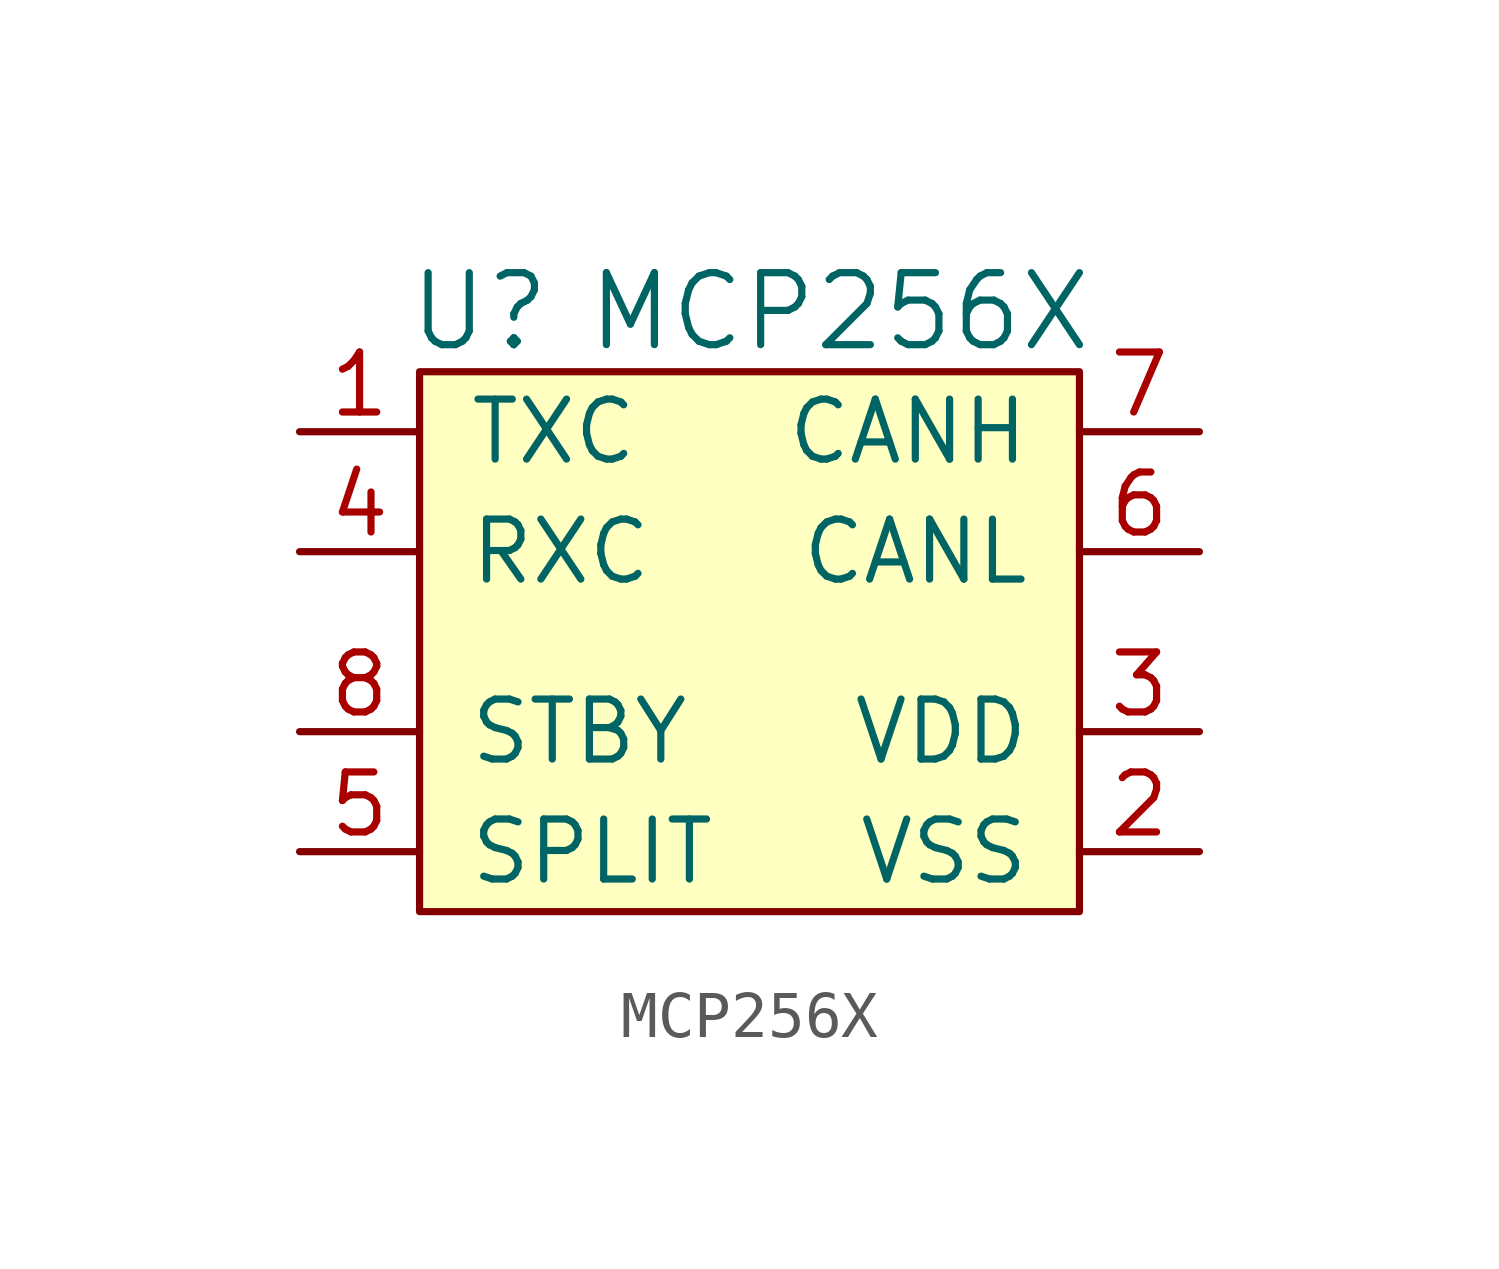
<source format=kicad_sym>
(kicad_symbol_lib
  (version 20211014)
  (generator kicad_symbol_editor)
  (symbol "MCP256X"
    (pin_names
      (offset 1.016))
    (property "Reference" "U"
      (at -6.35 6.35 0)
      (effects (font (size 1.524 1.524))))
    (property "Value" "MCP256X"
      (at 1.27 6.35 0)
      (effects (font (size 1.524 1.524))))
    (property "Footprint" ""
      (at 0 -3.81 0)
      (effects (font (size 1.524 1.524))))
    (property "Datasheet" ""
      (at 0 -3.81 0)
      (effects (font (size 1.524 1.524))))
    (symbol "MCP256X_0_1"
      (rectangle (start -7.62 5.08) (end 6.35 -6.35) (stroke (width 0) (type default) (color 0 0 0 0)) (fill (type background))))
    (symbol "MCP256X_1_1"
      (pin input line (at -10.16 3.81 0) (length 2.54) (name "TXC" (effects (font (size 1.27 1.27)))) (number "1" (effects (font (size 1.27 1.27)))))
      (pin input line (at 8.89 -5.08 180) (length 2.54) (name "VSS" (effects (font (size 1.27 1.27)))) (number "2" (effects (font (size 1.27 1.27)))))
      (pin input line (at 8.89 -2.54 180) (length 2.54) (name "VDD" (effects (font (size 1.27 1.27)))) (number "3" (effects (font (size 1.27 1.27)))))
      (pin input line (at -10.16 1.27 0) (length 2.54) (name "RXC" (effects (font (size 1.27 1.27)))) (number "4" (effects (font (size 1.27 1.27)))))
      (pin input line (at -10.16 -5.08 0) (length 2.54) (name "SPLIT" (effects (font (size 1.27 1.27)))) (number "5" (effects (font (size 1.27 1.27)))))
      (pin input line (at 8.89 1.27 180) (length 2.54) (name "CANL" (effects (font (size 1.27 1.27)))) (number "6" (effects (font (size 1.27 1.27)))))
      (pin input line (at 8.89 3.81 180) (length 2.54) (name "CANH" (effects (font (size 1.27 1.27)))) (number "7" (effects (font (size 1.27 1.27)))))
      (pin input line (at -10.16 -2.54 0) (length 2.54) (name "STBY" (effects (font (size 1.27 1.27)))) (number "8" (effects (font (size 1.27 1.27))))))))
</source>
